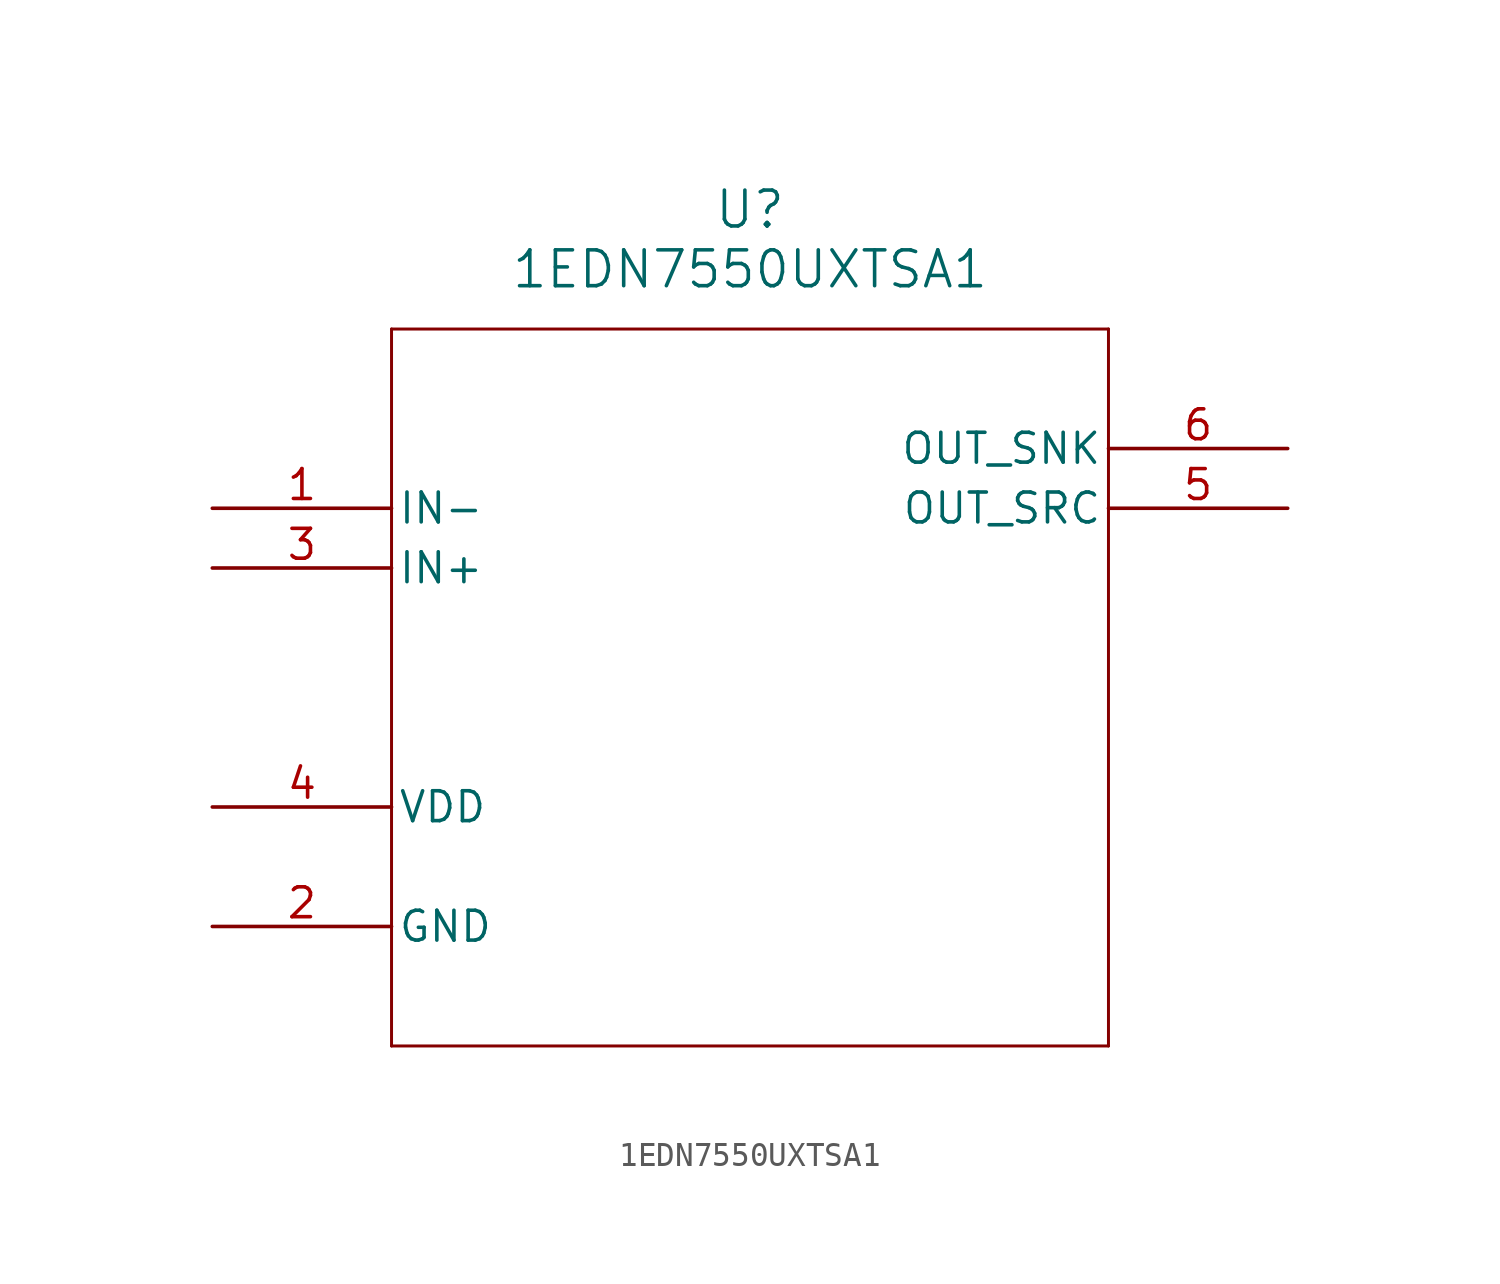
<source format=kicad_sym>
(kicad_symbol_lib
  (version 20211014)
  (generator kicad_symbol_editor)
  (symbol "1EDN7550UXTSA1"
    (pin_names
      (offset 0.254))
    (property "Reference" "U"
      (at 22.86 12.7 0)
      (effects (font (size 1.524 1.524))))
    (property "Value" "1EDN7550UXTSA1"
      (at 22.86 10.16 0)
      (effects (font (size 1.524 1.524))))
    (symbol "1EDN7550UXTSA1_0_1"
      (polyline (pts (xy 7.62 7.62) (xy 7.62 -22.86)) (stroke (width 0.127) (type default) (color 0 0 0 0)) (fill (type none)))
      (polyline (pts (xy 7.62 -22.86) (xy 38.1 -22.86)) (stroke (width 0.127) (type default) (color 0 0 0 0)) (fill (type none)))
      (polyline (pts (xy 38.1 -22.86) (xy 38.1 7.62)) (stroke (width 0.127) (type default) (color 0 0 0 0)) (fill (type none)))
      (polyline (pts (xy 38.1 7.62) (xy 7.62 7.62)) (stroke (width 0.127) (type default) (color 0 0 0 0)) (fill (type none)))
      (pin input line (at 0 0 0) (length 7.62) (name "IN-" (effects (font (size 1.27 1.27)))) (number "1" (effects (font (size 1.27 1.27)))))
      (pin power_in line (at 0 -17.78 0) (length 7.62) (name "GND" (effects (font (size 1.27 1.27)))) (number "2" (effects (font (size 1.27 1.27)))))
      (pin input line (at 0 -2.54 0) (length 7.62) (name "IN+" (effects (font (size 1.27 1.27)))) (number "3" (effects (font (size 1.27 1.27)))))
      (pin power_in line (at 0 -12.7 0) (length 7.62) (name "VDD" (effects (font (size 1.27 1.27)))) (number "4" (effects (font (size 1.27 1.27)))))
      (pin output line (at 45.72 0 180) (length 7.62) (name "OUT_SRC" (effects (font (size 1.27 1.27)))) (number "5" (effects (font (size 1.27 1.27)))))
      (pin output line (at 45.72 2.54 180) (length 7.62) (name "OUT_SNK" (effects (font (size 1.27 1.27)))) (number "6" (effects (font (size 1.27 1.27))))))))
</source>
